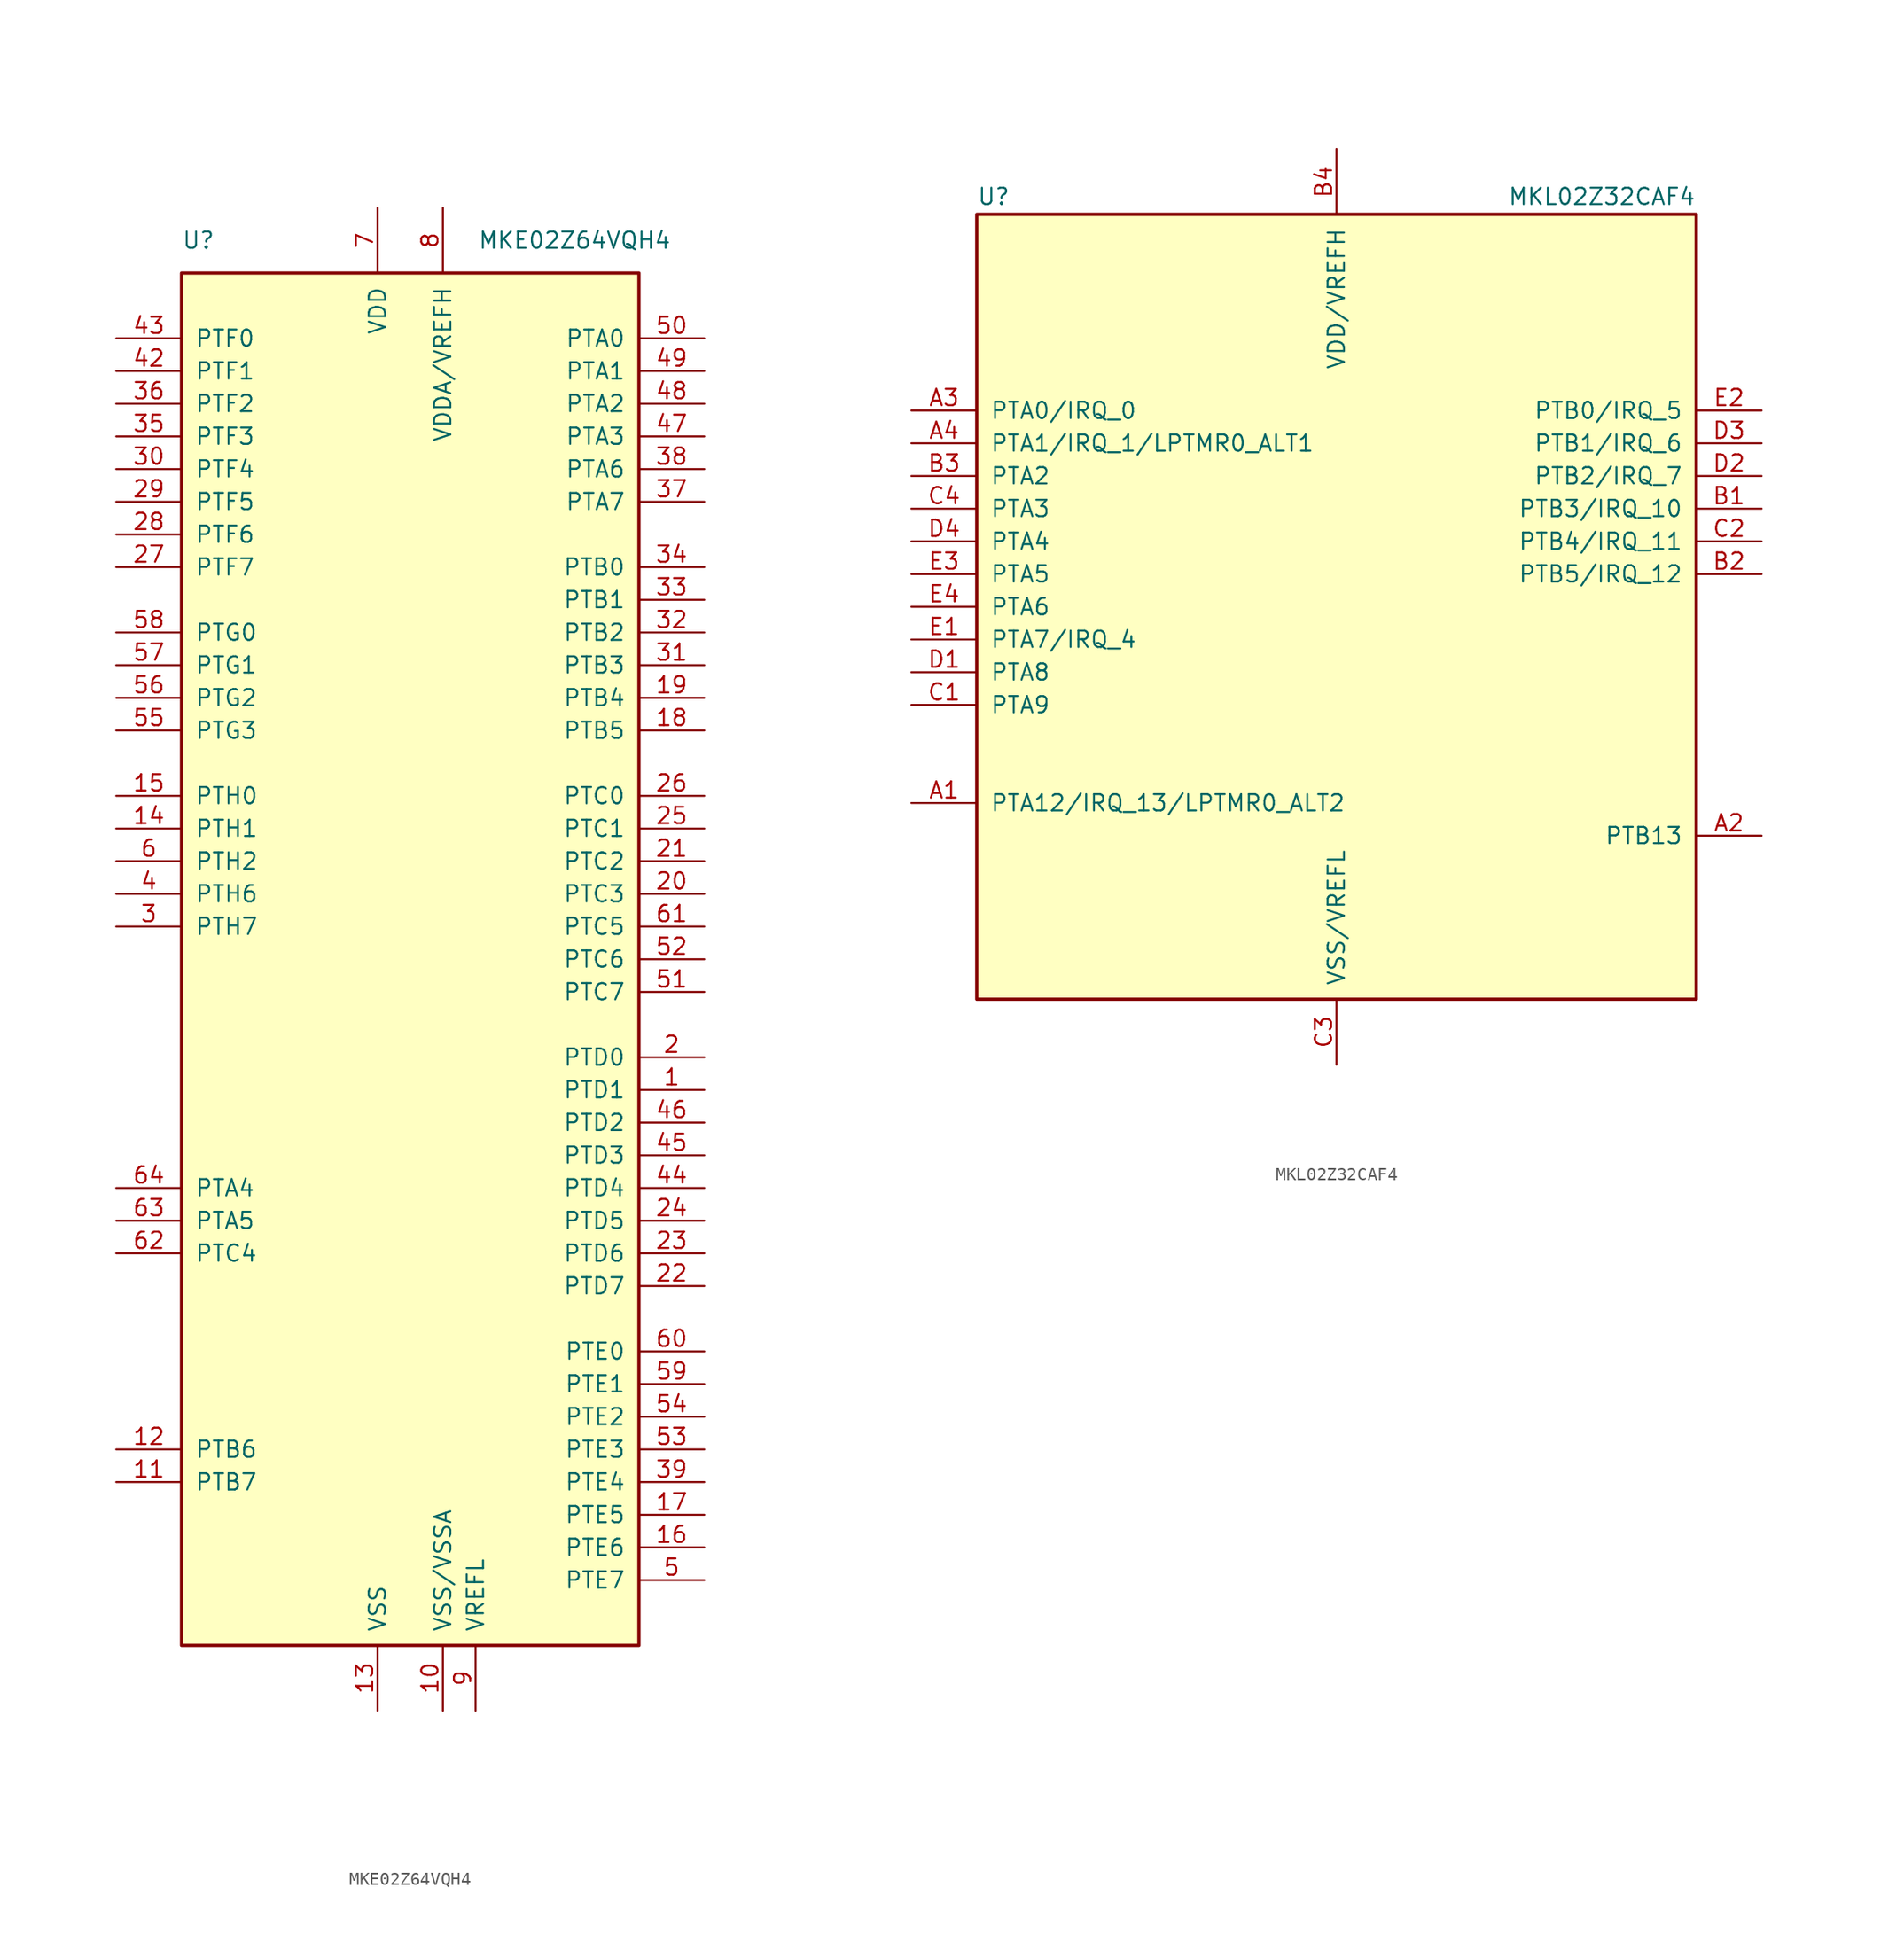
<source format=kicad_sym>
(kicad_symbol_lib
  (version 20211014)
  (generator kicad_symbol_editor)
  (symbol "MKE02Z64VQH4"
    (pin_names
      (offset 1.016))
    (property "Reference" "U"
      (at -17.78 55.88 0)
      (effects (font (size 1.27 1.27)) (justify left)))
    (property "Value" "MKE02Z64VQH4"
      (at 20.32 55.88 0)
      (effects (font (size 1.27 1.27)) (justify right)))
    (symbol "MKE02Z64VQH4_0_1"
      (rectangle (start -17.78 53.34) (end 17.78 -53.34) (stroke (width 0.254) (type default) (color 0 0 0 0)) (fill (type background))))
    (symbol "MKE02Z64VQH4_1_1"
      (pin bidirectional line (at 22.86 -10.16 180) (length 5.08) (name "PTD1" (effects (font (size 1.27 1.27)))) (number "1" (effects (font (size 1.27 1.27)))))
      (pin power_in line (at 2.54 -58.42 90) (length 5.08) (name "VSS/VSSA" (effects (font (size 1.27 1.27)))) (number "10" (effects (font (size 1.27 1.27)))))
      (pin bidirectional line (at -22.86 -40.64 0) (length 5.08) (name "PTB7" (effects (font (size 1.27 1.27)))) (number "11" (effects (font (size 1.27 1.27)))))
      (pin bidirectional line (at -22.86 -38.1 0) (length 5.08) (name "PTB6" (effects (font (size 1.27 1.27)))) (number "12" (effects (font (size 1.27 1.27)))))
      (pin power_in line (at -2.54 -58.42 90) (length 5.08) (name "VSS" (effects (font (size 1.27 1.27)))) (number "13" (effects (font (size 1.27 1.27)))))
      (pin bidirectional line (at -22.86 10.16 0) (length 5.08) (name "PTH1" (effects (font (size 1.27 1.27)))) (number "14" (effects (font (size 1.27 1.27)))))
      (pin bidirectional line (at -22.86 12.7 0) (length 5.08) (name "PTH0" (effects (font (size 1.27 1.27)))) (number "15" (effects (font (size 1.27 1.27)))))
      (pin bidirectional line (at 22.86 -45.72 180) (length 5.08) (name "PTE6" (effects (font (size 1.27 1.27)))) (number "16" (effects (font (size 1.27 1.27)))))
      (pin bidirectional line (at 22.86 -43.18 180) (length 5.08) (name "PTE5" (effects (font (size 1.27 1.27)))) (number "17" (effects (font (size 1.27 1.27)))))
      (pin bidirectional line (at 22.86 17.78 180) (length 5.08) (name "PTB5" (effects (font (size 1.27 1.27)))) (number "18" (effects (font (size 1.27 1.27)))))
      (pin bidirectional line (at 22.86 20.32 180) (length 5.08) (name "PTB4" (effects (font (size 1.27 1.27)))) (number "19" (effects (font (size 1.27 1.27)))))
      (pin bidirectional line (at 22.86 -7.62 180) (length 5.08) (name "PTD0" (effects (font (size 1.27 1.27)))) (number "2" (effects (font (size 1.27 1.27)))))
      (pin bidirectional line (at 22.86 5.08 180) (length 5.08) (name "PTC3" (effects (font (size 1.27 1.27)))) (number "20" (effects (font (size 1.27 1.27)))))
      (pin bidirectional line (at 22.86 7.62 180) (length 5.08) (name "PTC2" (effects (font (size 1.27 1.27)))) (number "21" (effects (font (size 1.27 1.27)))))
      (pin bidirectional line (at 22.86 -25.4 180) (length 5.08) (name "PTD7" (effects (font (size 1.27 1.27)))) (number "22" (effects (font (size 1.27 1.27)))))
      (pin bidirectional line (at 22.86 -22.86 180) (length 5.08) (name "PTD6" (effects (font (size 1.27 1.27)))) (number "23" (effects (font (size 1.27 1.27)))))
      (pin bidirectional line (at 22.86 -20.32 180) (length 5.08) (name "PTD5" (effects (font (size 1.27 1.27)))) (number "24" (effects (font (size 1.27 1.27)))))
      (pin bidirectional line (at 22.86 10.16 180) (length 5.08) (name "PTC1" (effects (font (size 1.27 1.27)))) (number "25" (effects (font (size 1.27 1.27)))))
      (pin bidirectional line (at 22.86 12.7 180) (length 5.08) (name "PTC0" (effects (font (size 1.27 1.27)))) (number "26" (effects (font (size 1.27 1.27)))))
      (pin bidirectional line (at -22.86 30.48 0) (length 5.08) (name "PTF7" (effects (font (size 1.27 1.27)))) (number "27" (effects (font (size 1.27 1.27)))))
      (pin bidirectional line (at -22.86 33.02 0) (length 5.08) (name "PTF6" (effects (font (size 1.27 1.27)))) (number "28" (effects (font (size 1.27 1.27)))))
      (pin bidirectional line (at -22.86 35.56 0) (length 5.08) (name "PTF5" (effects (font (size 1.27 1.27)))) (number "29" (effects (font (size 1.27 1.27)))))
      (pin bidirectional line (at -22.86 2.54 0) (length 5.08) (name "PTH7" (effects (font (size 1.27 1.27)))) (number "3" (effects (font (size 1.27 1.27)))))
      (pin bidirectional line (at -22.86 38.1 0) (length 5.08) (name "PTF4" (effects (font (size 1.27 1.27)))) (number "30" (effects (font (size 1.27 1.27)))))
      (pin bidirectional line (at 22.86 22.86 180) (length 5.08) (name "PTB3" (effects (font (size 1.27 1.27)))) (number "31" (effects (font (size 1.27 1.27)))))
      (pin bidirectional line (at 22.86 25.4 180) (length 5.08) (name "PTB2" (effects (font (size 1.27 1.27)))) (number "32" (effects (font (size 1.27 1.27)))))
      (pin bidirectional line (at 22.86 27.94 180) (length 5.08) (name "PTB1" (effects (font (size 1.27 1.27)))) (number "33" (effects (font (size 1.27 1.27)))))
      (pin bidirectional line (at 22.86 30.48 180) (length 5.08) (name "PTB0" (effects (font (size 1.27 1.27)))) (number "34" (effects (font (size 1.27 1.27)))))
      (pin bidirectional line (at -22.86 40.64 0) (length 5.08) (name "PTF3" (effects (font (size 1.27 1.27)))) (number "35" (effects (font (size 1.27 1.27)))))
      (pin bidirectional line (at -22.86 43.18 0) (length 5.08) (name "PTF2" (effects (font (size 1.27 1.27)))) (number "36" (effects (font (size 1.27 1.27)))))
      (pin bidirectional line (at 22.86 35.56 180) (length 5.08) (name "PTA7" (effects (font (size 1.27 1.27)))) (number "37" (effects (font (size 1.27 1.27)))))
      (pin bidirectional line (at 22.86 38.1 180) (length 5.08) (name "PTA6" (effects (font (size 1.27 1.27)))) (number "38" (effects (font (size 1.27 1.27)))))
      (pin bidirectional line (at 22.86 -40.64 180) (length 5.08) (name "PTE4" (effects (font (size 1.27 1.27)))) (number "39" (effects (font (size 1.27 1.27)))))
      (pin bidirectional line (at -22.86 5.08 0) (length 5.08) (name "PTH6" (effects (font (size 1.27 1.27)))) (number "4" (effects (font (size 1.27 1.27)))))
      (pin passive line (at -2.54 -58.42 90) (length 5.08) hide (name "VSS" (effects (font (size 1.27 1.27)))) (number "40" (effects (font (size 1.27 1.27)))))
      (pin passive line (at -2.54 58.42 270) (length 5.08) hide (name "VDD" (effects (font (size 1.27 1.27)))) (number "41" (effects (font (size 1.27 1.27)))))
      (pin bidirectional line (at -22.86 45.72 0) (length 5.08) (name "PTF1" (effects (font (size 1.27 1.27)))) (number "42" (effects (font (size 1.27 1.27)))))
      (pin bidirectional line (at -22.86 48.26 0) (length 5.08) (name "PTF0" (effects (font (size 1.27 1.27)))) (number "43" (effects (font (size 1.27 1.27)))))
      (pin bidirectional line (at 22.86 -17.78 180) (length 5.08) (name "PTD4" (effects (font (size 1.27 1.27)))) (number "44" (effects (font (size 1.27 1.27)))))
      (pin bidirectional line (at 22.86 -15.24 180) (length 5.08) (name "PTD3" (effects (font (size 1.27 1.27)))) (number "45" (effects (font (size 1.27 1.27)))))
      (pin bidirectional line (at 22.86 -12.7 180) (length 5.08) (name "PTD2" (effects (font (size 1.27 1.27)))) (number "46" (effects (font (size 1.27 1.27)))))
      (pin bidirectional line (at 22.86 40.64 180) (length 5.08) (name "PTA3" (effects (font (size 1.27 1.27)))) (number "47" (effects (font (size 1.27 1.27)))))
      (pin bidirectional line (at 22.86 43.18 180) (length 5.08) (name "PTA2" (effects (font (size 1.27 1.27)))) (number "48" (effects (font (size 1.27 1.27)))))
      (pin bidirectional line (at 22.86 45.72 180) (length 5.08) (name "PTA1" (effects (font (size 1.27 1.27)))) (number "49" (effects (font (size 1.27 1.27)))))
      (pin bidirectional line (at 22.86 -48.26 180) (length 5.08) (name "PTE7" (effects (font (size 1.27 1.27)))) (number "5" (effects (font (size 1.27 1.27)))))
      (pin bidirectional line (at 22.86 48.26 180) (length 5.08) (name "PTA0" (effects (font (size 1.27 1.27)))) (number "50" (effects (font (size 1.27 1.27)))))
      (pin bidirectional line (at 22.86 -2.54 180) (length 5.08) (name "PTC7" (effects (font (size 1.27 1.27)))) (number "51" (effects (font (size 1.27 1.27)))))
      (pin bidirectional line (at 22.86 0 180) (length 5.08) (name "PTC6" (effects (font (size 1.27 1.27)))) (number "52" (effects (font (size 1.27 1.27)))))
      (pin bidirectional line (at 22.86 -38.1 180) (length 5.08) (name "PTE3" (effects (font (size 1.27 1.27)))) (number "53" (effects (font (size 1.27 1.27)))))
      (pin bidirectional line (at 22.86 -35.56 180) (length 5.08) (name "PTE2" (effects (font (size 1.27 1.27)))) (number "54" (effects (font (size 1.27 1.27)))))
      (pin bidirectional line (at -22.86 17.78 0) (length 5.08) (name "PTG3" (effects (font (size 1.27 1.27)))) (number "55" (effects (font (size 1.27 1.27)))))
      (pin bidirectional line (at -22.86 20.32 0) (length 5.08) (name "PTG2" (effects (font (size 1.27 1.27)))) (number "56" (effects (font (size 1.27 1.27)))))
      (pin bidirectional line (at -22.86 22.86 0) (length 5.08) (name "PTG1" (effects (font (size 1.27 1.27)))) (number "57" (effects (font (size 1.27 1.27)))))
      (pin bidirectional line (at -22.86 25.4 0) (length 5.08) (name "PTG0" (effects (font (size 1.27 1.27)))) (number "58" (effects (font (size 1.27 1.27)))))
      (pin bidirectional line (at 22.86 -33.02 180) (length 5.08) (name "PTE1" (effects (font (size 1.27 1.27)))) (number "59" (effects (font (size 1.27 1.27)))))
      (pin bidirectional line (at -22.86 7.62 0) (length 5.08) (name "PTH2" (effects (font (size 1.27 1.27)))) (number "6" (effects (font (size 1.27 1.27)))))
      (pin bidirectional line (at 22.86 -30.48 180) (length 5.08) (name "PTE0" (effects (font (size 1.27 1.27)))) (number "60" (effects (font (size 1.27 1.27)))))
      (pin bidirectional line (at 22.86 2.54 180) (length 5.08) (name "PTC5" (effects (font (size 1.27 1.27)))) (number "61" (effects (font (size 1.27 1.27)))))
      (pin bidirectional line (at -22.86 -22.86 0) (length 5.08) (name "PTC4" (effects (font (size 1.27 1.27)))) (number "62" (effects (font (size 1.27 1.27)))))
      (pin bidirectional line (at -22.86 -20.32 0) (length 5.08) (name "PTA5" (effects (font (size 1.27 1.27)))) (number "63" (effects (font (size 1.27 1.27)))))
      (pin bidirectional line (at -22.86 -17.78 0) (length 5.08) (name "PTA4" (effects (font (size 1.27 1.27)))) (number "64" (effects (font (size 1.27 1.27)))))
      (pin power_in line (at -2.54 58.42 270) (length 5.08) (name "VDD" (effects (font (size 1.27 1.27)))) (number "7" (effects (font (size 1.27 1.27)))))
      (pin power_in line (at 2.54 58.42 270) (length 5.08) (name "VDDA/VREFH" (effects (font (size 1.27 1.27)))) (number "8" (effects (font (size 1.27 1.27)))))
      (pin power_in line (at 5.08 -58.42 90) (length 5.08) (name "VREFL" (effects (font (size 1.27 1.27)))) (number "9" (effects (font (size 1.27 1.27)))))))
  (symbol "MKL02Z32CAF4"
    (pin_names
      (offset 1.016))
    (property "Reference" "U"
      (at -27.94 31.115 0)
      (effects (font (size 1.27 1.27)) (justify left bottom)))
    (property "Value" "MKL02Z32CAF4"
      (at 27.94 31.115 0)
      (effects (font (size 1.27 1.27)) (justify right bottom)))
    (symbol "MKL02Z32CAF4_0_1"
      (rectangle (start -27.94 30.48) (end 27.94 -30.48) (stroke (width 0.254) (type default) (color 0 0 0 0)) (fill (type background))))
    (symbol "MKL02Z32CAF4_1_1"
      (pin bidirectional line (at -33.02 -15.24 0) (length 5.08) (name "PTA12/IRQ_13/LPTMR0_ALT2" (effects (font (size 1.27 1.27)))) (number "A1" (effects (font (size 1.27 1.27)))))
      (pin bidirectional line (at 33.02 -17.78 180) (length 5.08) (name "PTB13" (effects (font (size 1.27 1.27)))) (number "A2" (effects (font (size 1.27 1.27)))))
      (pin bidirectional line (at -33.02 15.24 0) (length 5.08) (name "PTA0/IRQ_0" (effects (font (size 1.27 1.27)))) (number "A3" (effects (font (size 1.27 1.27)))))
      (pin bidirectional line (at -33.02 12.7 0) (length 5.08) (name "PTA1/IRQ_1/LPTMR0_ALT1" (effects (font (size 1.27 1.27)))) (number "A4" (effects (font (size 1.27 1.27)))))
      (pin bidirectional line (at 33.02 7.62 180) (length 5.08) (name "PTB3/IRQ_10" (effects (font (size 1.27 1.27)))) (number "B1" (effects (font (size 1.27 1.27)))))
      (pin bidirectional line (at 33.02 2.54 180) (length 5.08) (name "PTB5/IRQ_12" (effects (font (size 1.27 1.27)))) (number "B2" (effects (font (size 1.27 1.27)))))
      (pin bidirectional line (at -33.02 10.16 0) (length 5.08) (name "PTA2" (effects (font (size 1.27 1.27)))) (number "B3" (effects (font (size 1.27 1.27)))))
      (pin power_in line (at 0 35.56 270) (length 5.08) (name "VDD/VREFH" (effects (font (size 1.27 1.27)))) (number "B4" (effects (font (size 1.27 1.27)))))
      (pin bidirectional line (at -33.02 -7.62 0) (length 5.08) (name "PTA9" (effects (font (size 1.27 1.27)))) (number "C1" (effects (font (size 1.27 1.27)))))
      (pin bidirectional line (at 33.02 5.08 180) (length 5.08) (name "PTB4/IRQ_11" (effects (font (size 1.27 1.27)))) (number "C2" (effects (font (size 1.27 1.27)))))
      (pin power_in line (at 0 -35.56 90) (length 5.08) (name "VSS/VREFL" (effects (font (size 1.27 1.27)))) (number "C3" (effects (font (size 1.27 1.27)))))
      (pin bidirectional line (at -33.02 7.62 0) (length 5.08) (name "PTA3" (effects (font (size 1.27 1.27)))) (number "C4" (effects (font (size 1.27 1.27)))))
      (pin bidirectional line (at -33.02 -5.08 0) (length 5.08) (name "PTA8" (effects (font (size 1.27 1.27)))) (number "D1" (effects (font (size 1.27 1.27)))))
      (pin bidirectional line (at 33.02 10.16 180) (length 5.08) (name "PTB2/IRQ_7" (effects (font (size 1.27 1.27)))) (number "D2" (effects (font (size 1.27 1.27)))))
      (pin bidirectional line (at 33.02 12.7 180) (length 5.08) (name "PTB1/IRQ_6" (effects (font (size 1.27 1.27)))) (number "D3" (effects (font (size 1.27 1.27)))))
      (pin bidirectional line (at -33.02 5.08 0) (length 5.08) (name "PTA4" (effects (font (size 1.27 1.27)))) (number "D4" (effects (font (size 1.27 1.27)))))
      (pin bidirectional line (at -33.02 -2.54 0) (length 5.08) (name "PTA7/IRQ_4" (effects (font (size 1.27 1.27)))) (number "E1" (effects (font (size 1.27 1.27)))))
      (pin bidirectional line (at 33.02 15.24 180) (length 5.08) (name "PTB0/IRQ_5" (effects (font (size 1.27 1.27)))) (number "E2" (effects (font (size 1.27 1.27)))))
      (pin bidirectional line (at -33.02 2.54 0) (length 5.08) (name "PTA5" (effects (font (size 1.27 1.27)))) (number "E3" (effects (font (size 1.27 1.27)))))
      (pin bidirectional line (at -33.02 0 0) (length 5.08) (name "PTA6" (effects (font (size 1.27 1.27)))) (number "E4" (effects (font (size 1.27 1.27))))))))
</source>
